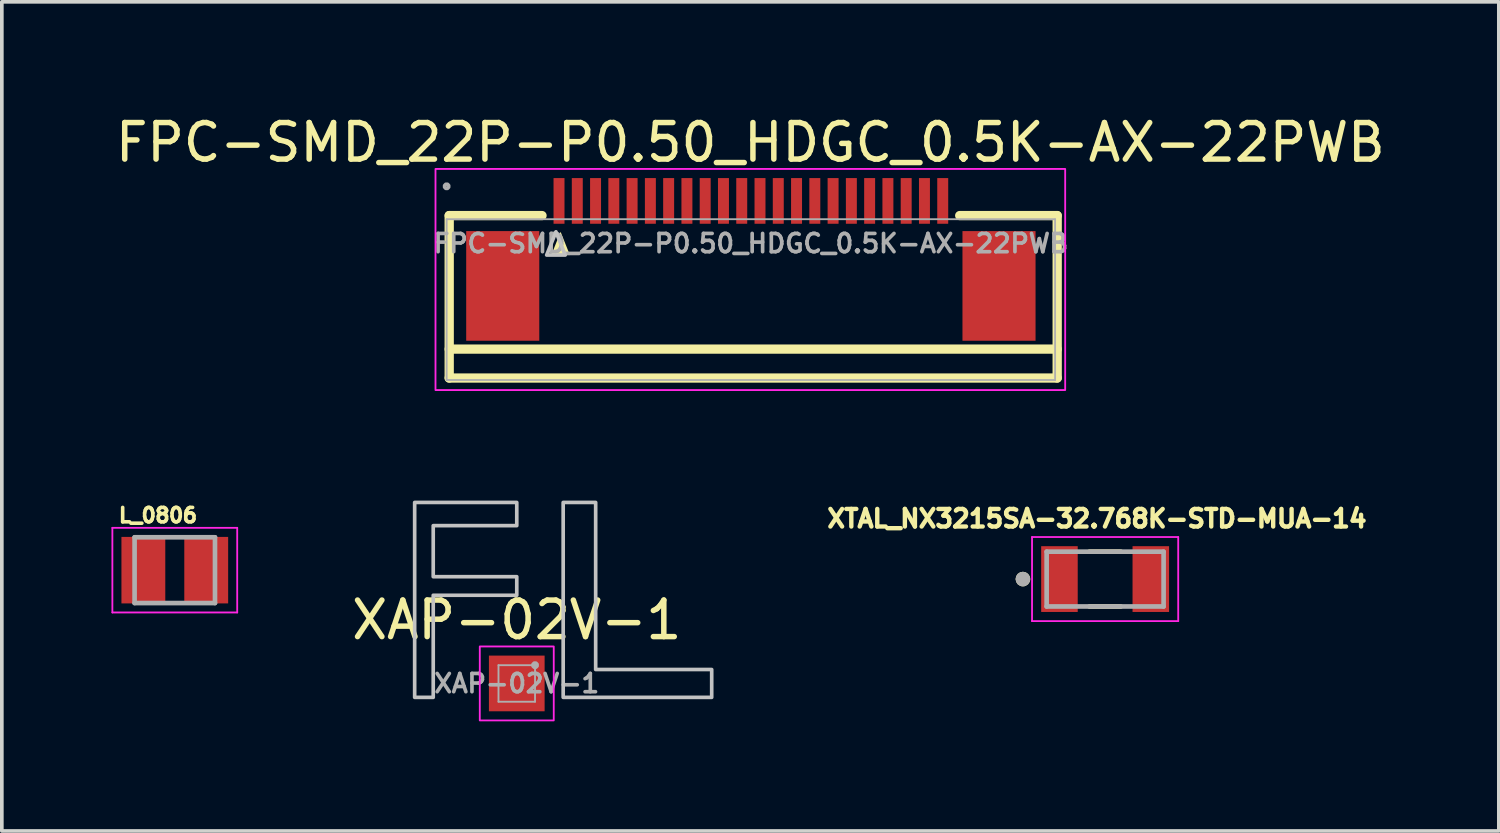
<source format=kicad_pcb>
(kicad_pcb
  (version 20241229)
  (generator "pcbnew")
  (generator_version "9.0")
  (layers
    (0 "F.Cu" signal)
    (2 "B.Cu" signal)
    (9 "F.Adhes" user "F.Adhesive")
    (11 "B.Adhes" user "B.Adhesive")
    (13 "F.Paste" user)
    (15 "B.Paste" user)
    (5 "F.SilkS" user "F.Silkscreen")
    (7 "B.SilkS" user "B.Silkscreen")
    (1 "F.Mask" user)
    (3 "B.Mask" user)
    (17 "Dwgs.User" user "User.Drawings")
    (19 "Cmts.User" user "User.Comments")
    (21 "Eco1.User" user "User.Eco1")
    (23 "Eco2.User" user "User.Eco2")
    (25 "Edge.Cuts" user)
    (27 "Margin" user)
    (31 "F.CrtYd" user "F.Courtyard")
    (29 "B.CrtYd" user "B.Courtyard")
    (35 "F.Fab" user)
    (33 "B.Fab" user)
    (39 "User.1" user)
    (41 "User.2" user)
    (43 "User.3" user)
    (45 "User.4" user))
  (footprint "XAP-02V-1"
    (layer "F.Cu")
    (at 11.091 15.652)
    (property "Reference" "XAP-02V-1" (at 0 -1.737 0) (layer "F.SilkS") (effects (font (size 1 1) (thickness 0.15))))
    (fp_poly (pts (xy 1.27 -4.953) (xy 1.27 0.381) (xy 5.334 0.381) (xy 5.334 -0.381) (xy 2.159 -0.381) (xy 2.159 -4.953)) (stroke (width 0.1) (type default)) (fill no) (layer "Dwgs.User"))
    (fp_poly (pts (xy -2.794 -4.953) (xy 0 -4.953) (xy 0 -4.318) (xy -2.286 -4.318) (xy -2.286 -2.921) (xy 0 -2.921) (xy 0 -2.413) (xy -2.286 -2.413) (xy -2.286 0.381) (xy -2.794 0.381)) (stroke (width 0.1) (type default)) (fill no) (layer "Dwgs.User"))
    (fp_rect (start -1.012 -1.012) (end 1.012 1.012) (stroke (width 0.05) (type default)) (fill no) (layer "F.CrtYd"))
    (fp_line (start -0.5 -0.5) (end 0.5 -0.5) (stroke (width 0.051) (type default)) (layer "F.Fab"))
    (fp_line (start -0.5 0.5) (end -0.5 -0.5) (stroke (width 0.051) (type default)) (layer "F.Fab"))
    (fp_line (start 0.5 -0.5) (end 0.5 0.5) (stroke (width 0.051) (type default)) (layer "F.Fab"))
    (fp_line (start 0.5 0.5) (end -0.5 0.5) (stroke (width 0.051) (type default)) (layer "F.Fab"))
    (fp_poly (pts (xy 0.555 -0.523) (xy 0.523 -0.555) (xy 0.477 -0.555) (xy 0.445 -0.523) (xy 0.445 -0.477) (xy 0.477 -0.445) (xy 0.523 -0.445) (xy 0.555 -0.477)) (stroke (width 0.1) (type default)) (fill no) (layer "F.Fab"))
    (fp_poly (pts (xy -0.5 -0.5) (xy 0.5 -0.5) (xy 0.5 0.5) (xy -0.5 0.5)) (stroke (width 0.1) (type default)) (fill no) (layer "User.1"))
    (fp_text user "${REFERENCE}" (at 0 0 0) (layer "F.Fab") (effects (font (size 0.5 0.5) (thickness 0.1))))
    (pad "1" smd rect (at 0 0) (size 1.524 1.524) (layers "F.Cu" "F.Mask" "F.Paste")))
  (footprint "L_0806"
    (layer "F.Cu")
    (at 1.733 12.552)
    (property "Reference" "L_0806" (at -0.46 -1.5 0) (layer "F.SilkS") (effects (font (size 0.394 0.394) (thickness 0.15))))
    (attr smd)
    (fp_line (start -1.708 -1.158) (end 1.708 -1.158) (stroke (width 0.05) (type solid)) (layer "F.CrtYd"))
    (fp_line (start -1.708 1.158) (end -1.708 -1.158) (stroke (width 0.05) (type solid)) (layer "F.CrtYd"))
    (fp_line (start -1.708 1.158) (end 1.708 1.158) (stroke (width 0.05) (type solid)) (layer "F.CrtYd"))
    (fp_line (start 1.708 1.158) (end 1.708 -1.158) (stroke (width 0.05) (type solid)) (layer "F.CrtYd"))
    (fp_line (start -1.1 0.9) (end -1.1 -0.9) (stroke (width 0.127) (type solid)) (layer "F.Fab"))
    (fp_line (start 1.1 -0.9) (end -1.1 -0.9) (stroke (width 0.127) (type solid)) (layer "F.Fab"))
    (fp_line (start 1.1 0.9) (end -1.1 0.9) (stroke (width 0.127) (type solid)) (layer "F.Fab"))
    (fp_line (start 1.1 0.9) (end 1.1 -0.9) (stroke (width 0.127) (type solid)) (layer "F.Fab"))
    (pad "1" smd rect (at -0.86 0) (size 1.2 1.82) (layers "F.Cu" "F.Mask" "F.Paste"))
    (pad "2" smd rect (at 0.86 0) (size 1.2 1.82) (layers "F.Cu" "F.Mask" "F.Paste")))
  (footprint "XTAL_NX3215SA-32.768K-STD-MUA-14"
    (layer "F.Cu")
    (at 27.191 12.796)
    (property "Reference" "XTAL_NX3215SA-32.768K-STD-MUA-14" (at -0.223 -1.655 0) (layer "F.SilkS") (effects (font (size 0.481 0.481) (thickness 0.15))))
    (attr smd)
    (fp_line (start 0.43 -0.75) (end -0.43 -0.75) (stroke (width 0.127) (type solid)) (layer "F.SilkS"))
    (fp_line (start 0.43 0.75) (end -0.43 0.75) (stroke (width 0.127) (type solid)) (layer "F.SilkS"))
    (fp_circle (center -2.25 0) (end -2.15 0) (stroke (width 0.2) (type solid)) (fill no) (layer "F.SilkS"))
    (fp_line (start -2 -1.15) (end 2 -1.15) (stroke (width 0.05) (type solid)) (layer "F.CrtYd"))
    (fp_line (start -2 1.15) (end -2 -1.15) (stroke (width 0.05) (type solid)) (layer "F.CrtYd"))
    (fp_line (start 2 -1.15) (end 2 1.15) (stroke (width 0.05) (type solid)) (layer "F.CrtYd"))
    (fp_line (start 2 1.15) (end -2 1.15) (stroke (width 0.05) (type solid)) (layer "F.CrtYd"))
    (fp_line (start -1.6 -0.75) (end 1.6 -0.75) (stroke (width 0.127) (type solid)) (layer "F.Fab"))
    (fp_line (start -1.6 0.75) (end -1.6 -0.75) (stroke (width 0.127) (type solid)) (layer "F.Fab"))
    (fp_line (start 1.6 -0.75) (end 1.6 0.75) (stroke (width 0.127) (type solid)) (layer "F.Fab"))
    (fp_line (start 1.6 0.75) (end -1.6 0.75) (stroke (width 0.127) (type solid)) (layer "F.Fab"))
    (fp_circle (center -2.25 0) (end -2.15 0) (stroke (width 0.2) (type solid)) (fill no) (layer "F.Fab"))
    (pad "1" smd rect (at -1.25 0) (size 1 1.8) (layers "F.Cu" "F.Mask" "F.Paste"))
    (pad "2" smd rect (at 1.25 0) (size 1 1.8) (layers "F.Cu" "F.Mask" "F.Paste")))
  (footprint "FPC-SMD_22P-P0.50_HDGC_0.5K-AX-22PWB"
    (layer "F.Cu")
    (at 17.497 3.611)
    (property "Reference" "FPC-SMD_22P-P0.50_HDGC_0.5K-AX-22PWB" (at -0.015 -2.763 0) (layer "F.SilkS") (effects (font (size 1 1) (thickness 0.15))))
    (fp_line (start -8.255 -0.762) (end -5.715 -0.762) (stroke (width 0.254) (type default)) (layer "F.SilkS"))
    (fp_line (start -8.255 2.892) (end 8.382 2.892) (stroke (width 0.254) (type default)) (layer "F.SilkS"))
    (fp_line (start -8.255 3.683) (end -8.255 -0.762) (stroke (width 0.254) (type default)) (layer "F.SilkS"))
    (fp_line (start 5.715 -0.762) (end 8.382 -0.762) (stroke (width 0.254) (type default)) (layer "F.SilkS"))
    (fp_line (start 8.382 -0.762) (end 8.382 3.683) (stroke (width 0.254) (type default)) (layer "F.SilkS"))
    (fp_line (start 8.382 3.683) (end -8.255 3.683) (stroke (width 0.254) (type default)) (layer "F.SilkS"))
    (fp_poly (pts (xy -5.207 -0.318) (xy -5.461 0.318) (xy -4.953 0.318)) (stroke (width 0) (type default)) (fill yes) (layer "F.SilkS"))
    (fp_poly (pts (xy -5.334 -0.318) (xy -5.588 0.318) (xy -5.08 0.318)) (stroke (width 0.1) (type default)) (fill no) (layer "Dwgs.User"))
    (fp_rect (start -8.63 -2.038) (end 8.601 4.013) (stroke (width 0.05) (type default)) (fill no) (layer "F.CrtYd"))
    (fp_line (start -8.325 -0.662) (end 8.325 -0.662) (stroke (width 0.051) (type default)) (layer "F.Fab"))
    (fp_line (start -8.325 3.737) (end -8.325 -0.662) (stroke (width 0.051) (type default)) (layer "F.Fab"))
    (fp_line (start 8.325 -0.662) (end 8.325 3.737) (stroke (width 0.051) (type default)) (layer "F.Fab"))
    (fp_line (start 8.325 3.737) (end -8.325 3.737) (stroke (width 0.051) (type default)) (layer "F.Fab"))
    (fp_poly (pts (xy -8.27 -1.585) (xy -8.302 -1.618) (xy -8.348 -1.618) (xy -8.38 -1.585) (xy -8.38 -1.54) (xy -8.348 -1.507) (xy -8.302 -1.507) (xy -8.27 -1.54)) (stroke (width 0.1) (type default)) (fill no) (layer "F.Fab"))
    (fp_poly (pts (xy -7.54 -0.087) (xy -6.04 -0.087) (xy -6.04 2.413) (xy -7.54 2.413)) (stroke (width 0.1) (type default)) (fill no) (layer "User.1"))
    (fp_poly (pts (xy -5.35 -1.562) (xy -5.15 -1.562) (xy -5.15 -0.562) (xy -5.35 -0.562)) (stroke (width 0.1) (type default)) (fill no) (layer "User.1"))
    (fp_poly (pts (xy -4.85 -1.562) (xy -4.65 -1.562) (xy -4.65 -0.562) (xy -4.85 -0.562)) (stroke (width 0.1) (type default)) (fill no) (layer "User.1"))
    (fp_poly (pts (xy -4.35 -1.562) (xy -4.15 -1.562) (xy -4.15 -0.562) (xy -4.35 -0.562)) (stroke (width 0.1) (type default)) (fill no) (layer "User.1"))
    (fp_poly (pts (xy -3.85 -1.562) (xy -3.65 -1.562) (xy -3.65 -0.562) (xy -3.85 -0.562)) (stroke (width 0.1) (type default)) (fill no) (layer "User.1"))
    (fp_poly (pts (xy -3.35 -1.562) (xy -3.15 -1.562) (xy -3.15 -0.562) (xy -3.35 -0.562)) (stroke (width 0.1) (type default)) (fill no) (layer "User.1"))
    (fp_poly (pts (xy -2.85 -1.562) (xy -2.65 -1.562) (xy -2.65 -0.562) (xy -2.85 -0.562)) (stroke (width 0.1) (type default)) (fill no) (layer "User.1"))
    (fp_poly (pts (xy -2.35 -1.562) (xy -2.15 -1.562) (xy -2.15 -0.562) (xy -2.35 -0.562)) (stroke (width 0.1) (type default)) (fill no) (layer "User.1"))
    (fp_poly (pts (xy -1.85 -1.562) (xy -1.65 -1.562) (xy -1.65 -0.562) (xy -1.85 -0.562)) (stroke (width 0.1) (type default)) (fill no) (layer "User.1"))
    (fp_poly (pts (xy -1.35 -1.562) (xy -1.15 -1.562) (xy -1.15 -0.562) (xy -1.35 -0.562)) (stroke (width 0.1) (type default)) (fill no) (layer "User.1"))
    (fp_poly (pts (xy -0.85 -1.562) (xy -0.65 -1.562) (xy -0.65 -0.562) (xy -0.85 -0.562)) (stroke (width 0.1) (type default)) (fill no) (layer "User.1"))
    (fp_poly (pts (xy -0.35 -1.562) (xy -0.15 -1.562) (xy -0.15 -0.562) (xy -0.35 -0.562)) (stroke (width 0.1) (type default)) (fill no) (layer "User.1"))
    (fp_poly (pts (xy 0.15 -1.562) (xy 0.35 -1.562) (xy 0.35 -0.562) (xy 0.15 -0.562)) (stroke (width 0.1) (type default)) (fill no) (layer "User.1"))
    (fp_poly (pts (xy 0.65 -1.562) (xy 0.85 -1.562) (xy 0.85 -0.562) (xy 0.65 -0.562)) (stroke (width 0.1) (type default)) (fill no) (layer "User.1"))
    (fp_poly (pts (xy 1.15 -1.562) (xy 1.35 -1.562) (xy 1.35 -0.562) (xy 1.15 -0.562)) (stroke (width 0.1) (type default)) (fill no) (layer "User.1"))
    (fp_poly (pts (xy 1.65 -1.562) (xy 1.85 -1.562) (xy 1.85 -0.562) (xy 1.65 -0.562)) (stroke (width 0.1) (type default)) (fill no) (layer "User.1"))
    (fp_poly (pts (xy 2.15 -1.562) (xy 2.35 -1.562) (xy 2.35 -0.562) (xy 2.15 -0.562)) (stroke (width 0.1) (type default)) (fill no) (layer "User.1"))
    (fp_poly (pts (xy 2.65 -1.562) (xy 2.85 -1.562) (xy 2.85 -0.562) (xy 2.65 -0.562)) (stroke (width 0.1) (type default)) (fill no) (layer "User.1"))
    (fp_poly (pts (xy 3.15 -1.562) (xy 3.35 -1.562) (xy 3.35 -0.562) (xy 3.15 -0.562)) (stroke (width 0.1) (type default)) (fill no) (layer "User.1"))
    (fp_poly (pts (xy 3.65 -1.562) (xy 3.85 -1.562) (xy 3.85 -0.562) (xy 3.65 -0.562)) (stroke (width 0.1) (type default)) (fill no) (layer "User.1"))
    (fp_poly (pts (xy 4.15 -1.562) (xy 4.35 -1.562) (xy 4.35 -0.562) (xy 4.15 -0.562)) (stroke (width 0.1) (type default)) (fill no) (layer "User.1"))
    (fp_poly (pts (xy 4.65 -1.562) (xy 4.85 -1.562) (xy 4.85 -0.562) (xy 4.65 -0.562)) (stroke (width 0.1) (type default)) (fill no) (layer "User.1"))
    (fp_poly (pts (xy 5.15 -1.562) (xy 5.35 -1.562) (xy 5.35 -0.562) (xy 5.15 -0.562)) (stroke (width 0.1) (type default)) (fill no) (layer "User.1"))
    (fp_poly (pts (xy 6.04 -0.087) (xy 7.54 -0.087) (xy 7.54 2.413) (xy 6.04 2.413)) (stroke (width 0.1) (type default)) (fill no) (layer "User.1"))
    (fp_text user "${REFERENCE}" (at 0 0 0) (layer "F.Fab") (effects (font (size 0.5 0.5) (thickness 0.1))))
    (pad "1" smd rect (at -5.25 -1.163) (size 0.3 1.25) (layers "F.Cu" "F.Mask" "F.Paste"))
    (pad "2" smd rect (at -4.75 -1.163) (size 0.3 1.25) (layers "F.Cu" "F.Mask" "F.Paste"))
    (pad "3" smd rect (at -4.25 -1.163) (size 0.3 1.25) (layers "F.Cu" "F.Mask" "F.Paste"))
    (pad "4" smd rect (at -3.75 -1.163) (size 0.3 1.25) (layers "F.Cu" "F.Mask" "F.Paste"))
    (pad "5" smd rect (at -3.25 -1.163) (size 0.3 1.25) (layers "F.Cu" "F.Mask" "F.Paste"))
    (pad "6" smd rect (at -2.75 -1.163) (size 0.3 1.25) (layers "F.Cu" "F.Mask" "F.Paste"))
    (pad "7" smd rect (at -2.25 -1.163) (size 0.3 1.25) (layers "F.Cu" "F.Mask" "F.Paste"))
    (pad "8" smd rect (at -1.75 -1.163) (size 0.3 1.25) (layers "F.Cu" "F.Mask" "F.Paste"))
    (pad "9" smd rect (at -1.25 -1.163) (size 0.3 1.25) (layers "F.Cu" "F.Mask" "F.Paste"))
    (pad "10" smd rect (at -0.75 -1.163) (size 0.3 1.25) (layers "F.Cu" "F.Mask" "F.Paste"))
    (pad "11" smd rect (at -0.25 -1.163) (size 0.3 1.25) (layers "F.Cu" "F.Mask" "F.Paste"))
    (pad "12" smd rect (at 0.25 -1.163) (size 0.3 1.25) (layers "F.Cu" "F.Mask" "F.Paste"))
    (pad "13" smd rect (at 0.75 -1.163) (size 0.3 1.25) (layers "F.Cu" "F.Mask" "F.Paste"))
    (pad "14" smd rect (at 1.25 -1.163) (size 0.3 1.25) (layers "F.Cu" "F.Mask" "F.Paste"))
    (pad "15" smd rect (at 1.75 -1.163) (size 0.3 1.25) (layers "F.Cu" "F.Mask" "F.Paste"))
    (pad "16" smd rect (at 2.25 -1.163) (size 0.3 1.25) (layers "F.Cu" "F.Mask" "F.Paste"))
    (pad "17" smd rect (at 2.75 -1.163) (size 0.3 1.25) (layers "F.Cu" "F.Mask" "F.Paste"))
    (pad "18" smd rect (at 3.25 -1.163) (size 0.3 1.25) (layers "F.Cu" "F.Mask" "F.Paste"))
    (pad "19" smd rect (at 3.75 -1.163) (size 0.3 1.25) (layers "F.Cu" "F.Mask" "F.Paste"))
    (pad "20" smd rect (at 4.25 -1.163) (size 0.3 1.25) (layers "F.Cu" "F.Mask" "F.Paste"))
    (pad "21" smd rect (at 4.75 -1.163) (size 0.3 1.25) (layers "F.Cu" "F.Mask" "F.Paste"))
    (pad "22" smd rect (at 5.25 -1.163) (size 0.3 1.25) (layers "F.Cu" "F.Mask" "F.Paste"))
    (pad "23" smd rect (at 6.79 1.163) (size 2 3) (layers "F.Cu" "F.Mask" "F.Paste"))
    (pad "24" smd rect (at -6.79 1.163) (size 2 3) (layers "F.Cu" "F.Mask" "F.Paste")))
  (gr_rect
    (start -3 -3)
    (end 37.964 19.689)
    (stroke (width 0.1) (type default))
    (fill no)
    (layer "Edge.Cuts")))
</source>
